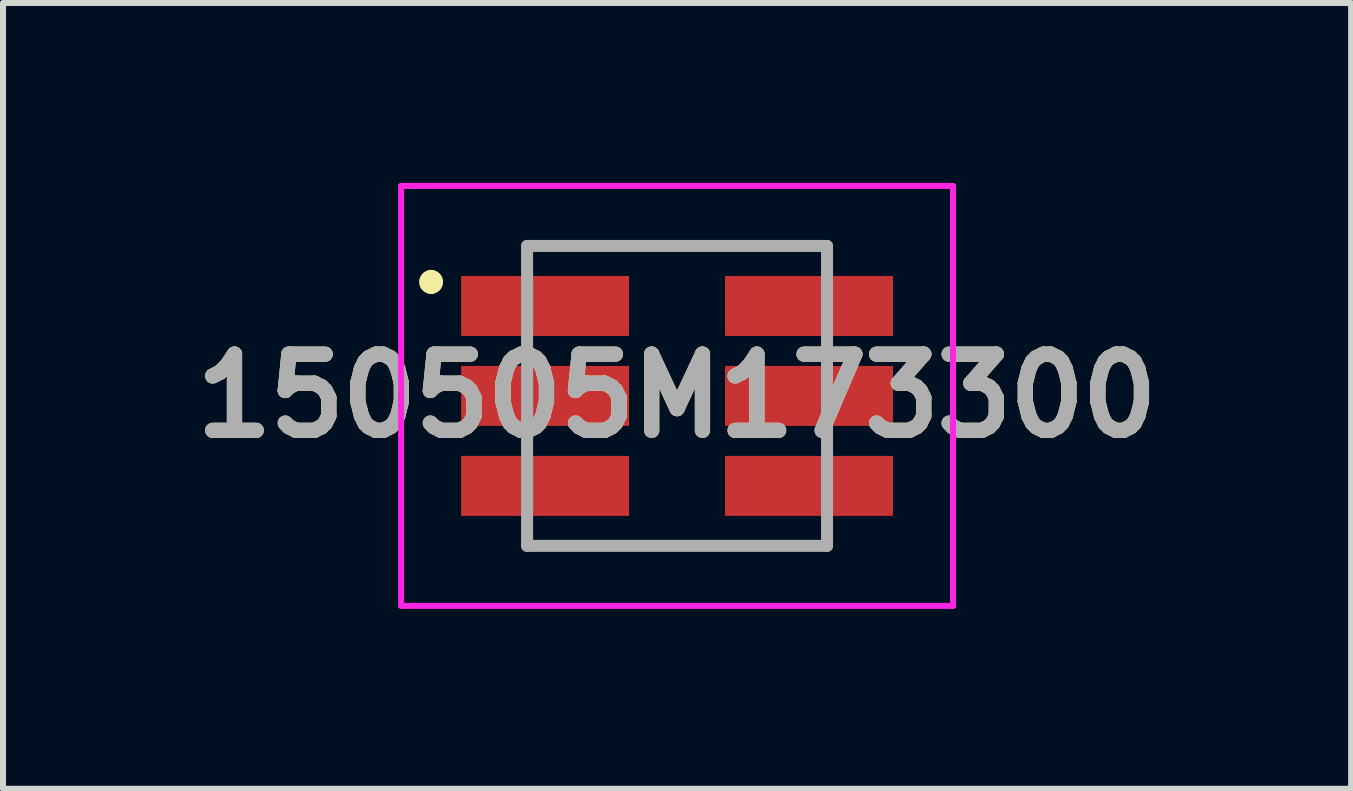
<source format=kicad_pcb>
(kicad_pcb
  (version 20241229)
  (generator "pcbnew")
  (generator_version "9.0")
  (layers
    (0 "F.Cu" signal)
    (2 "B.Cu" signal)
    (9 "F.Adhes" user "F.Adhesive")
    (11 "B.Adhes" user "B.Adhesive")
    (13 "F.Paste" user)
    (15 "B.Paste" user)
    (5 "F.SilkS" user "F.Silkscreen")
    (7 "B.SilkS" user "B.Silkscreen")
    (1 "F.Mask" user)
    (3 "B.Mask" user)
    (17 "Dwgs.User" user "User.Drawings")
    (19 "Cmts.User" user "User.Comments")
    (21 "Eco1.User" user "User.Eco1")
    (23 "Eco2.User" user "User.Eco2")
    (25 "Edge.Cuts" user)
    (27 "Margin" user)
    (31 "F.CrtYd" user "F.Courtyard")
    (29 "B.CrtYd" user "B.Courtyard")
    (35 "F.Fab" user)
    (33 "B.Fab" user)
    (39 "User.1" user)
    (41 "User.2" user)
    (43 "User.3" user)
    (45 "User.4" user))
  (footprint "150505M173300"
    (layer "F.Cu")
    (at 8.237 3.55)
    (property "Reference" "150505M173300" (at 0 0 0) (layer "F.SilkS") (effects (font (size 1.27 1.27) (thickness 0.254))))
    (attr smd)
    (fp_line (start -4.1 -2) (end -4.1 -2) (stroke (width 0.2) (type solid)) (layer "F.SilkS"))
    (fp_line (start -4.1 -1.8) (end -4.1 -1.8) (stroke (width 0.2) (type solid)) (layer "F.SilkS"))
    (fp_line (start -0.6 -2.5) (end 0.6 -2.5) (stroke (width 0.1) (type solid)) (layer "F.SilkS"))
    (fp_line (start -0.6 2.5) (end 0.6 2.5) (stroke (width 0.1) (type solid)) (layer "F.SilkS"))
    (fp_arc (start -4.1 -2) (mid -4 -1.9) (end -4.1 -1.8) (stroke (width 0.2) (type solid)) (layer "F.SilkS"))
    (fp_arc (start -4.1 -1.8) (mid -4.2 -1.9) (end -4.1 -2) (stroke (width 0.2) (type solid)) (layer "F.SilkS"))
    (fp_line (start -4.6 -3.5) (end 4.6 -3.5) (stroke (width 0.1) (type solid)) (layer "F.CrtYd"))
    (fp_line (start -4.6 3.5) (end -4.6 -3.5) (stroke (width 0.1) (type solid)) (layer "F.CrtYd"))
    (fp_line (start 4.6 -3.5) (end 4.6 3.5) (stroke (width 0.1) (type solid)) (layer "F.CrtYd"))
    (fp_line (start 4.6 3.5) (end -4.6 3.5) (stroke (width 0.1) (type solid)) (layer "F.CrtYd"))
    (fp_line (start -2.5 -2.5) (end 2.5 -2.5) (stroke (width 0.2) (type solid)) (layer "F.Fab"))
    (fp_line (start -2.5 2.5) (end -2.5 -2.5) (stroke (width 0.2) (type solid)) (layer "F.Fab"))
    (fp_line (start 2.5 -2.5) (end 2.5 2.5) (stroke (width 0.2) (type solid)) (layer "F.Fab"))
    (fp_line (start 2.5 2.5) (end -2.5 2.5) (stroke (width 0.2) (type solid)) (layer "F.Fab"))
    (fp_text user "${REFERENCE}" (at 0 0 0) (layer "F.Fab") (effects (font (size 1.27 1.27) (thickness 0.254))))
    (pad "1" smd rect (at -2.2 -1.5 90) (size 1 2.8) (layers "F.Cu" "F.Mask" "F.Paste"))
    (pad "2" smd rect (at 2.2 -1.5 90) (size 1 2.8) (layers "F.Cu" "F.Mask" "F.Paste"))
    (pad "3" smd rect (at -2.2 0 90) (size 1 2.8) (layers "F.Cu" "F.Mask" "F.Paste"))
    (pad "4" smd rect (at 2.2 0 90) (size 1 2.8) (layers "F.Cu" "F.Mask" "F.Paste"))
    (pad "5" smd rect (at -2.2 1.5 90) (size 1 2.8) (layers "F.Cu" "F.Mask" "F.Paste"))
    (pad "6" smd rect (at 2.2 1.5 90) (size 1 2.8) (layers "F.Cu" "F.Mask" "F.Paste")))
  (gr_rect
    (start -3 -3)
    (end 19.474 10.1)
    (stroke (width 0.1) (type default))
    (fill no)
    (layer "Edge.Cuts")))
</source>
